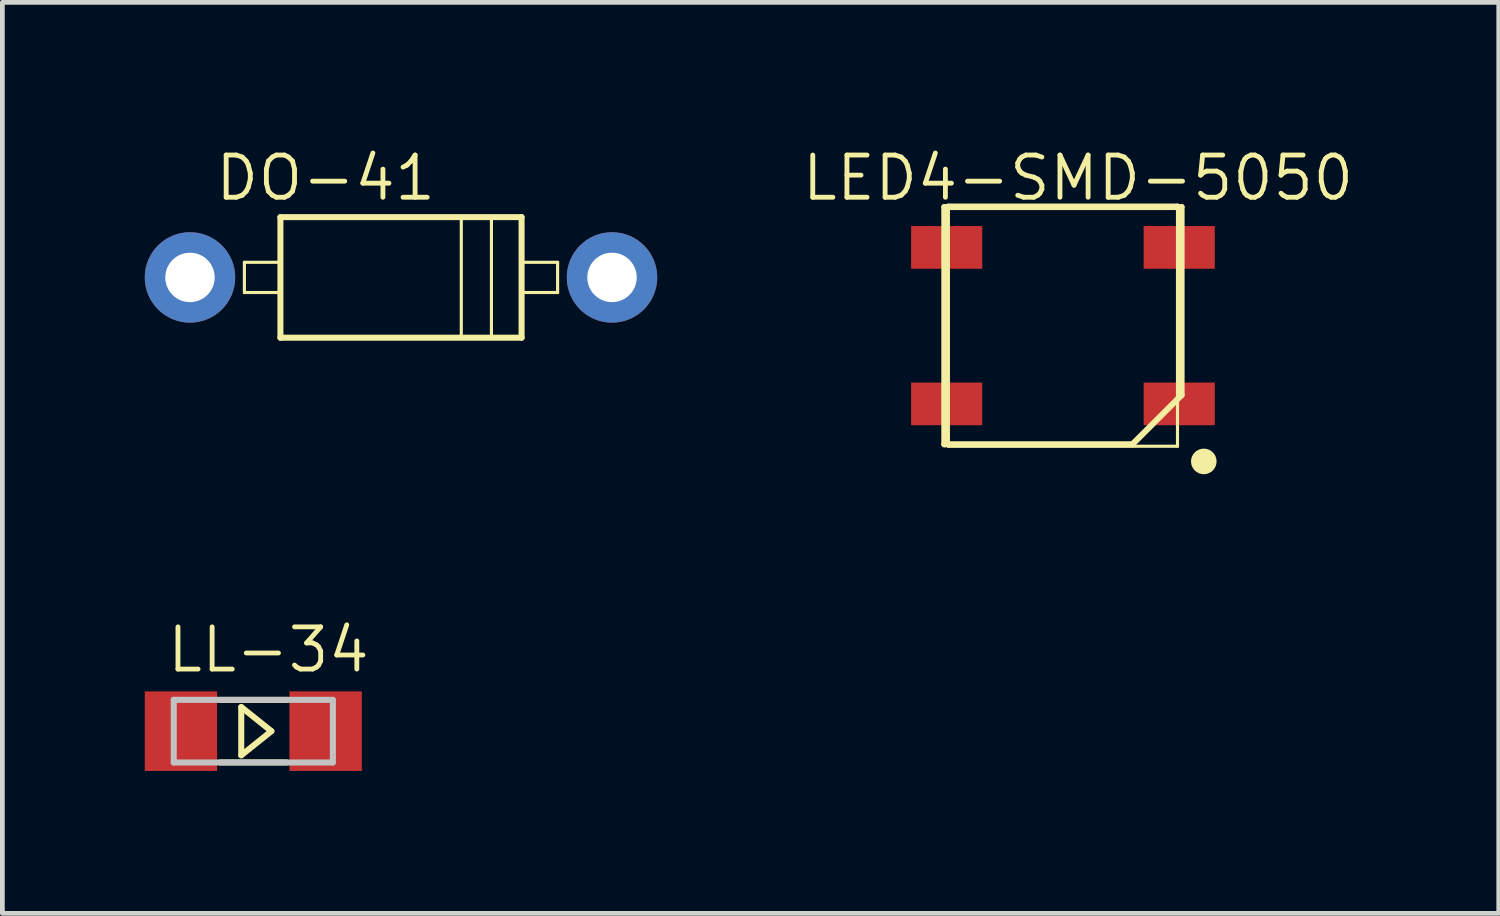
<source format=kicad_pcb>
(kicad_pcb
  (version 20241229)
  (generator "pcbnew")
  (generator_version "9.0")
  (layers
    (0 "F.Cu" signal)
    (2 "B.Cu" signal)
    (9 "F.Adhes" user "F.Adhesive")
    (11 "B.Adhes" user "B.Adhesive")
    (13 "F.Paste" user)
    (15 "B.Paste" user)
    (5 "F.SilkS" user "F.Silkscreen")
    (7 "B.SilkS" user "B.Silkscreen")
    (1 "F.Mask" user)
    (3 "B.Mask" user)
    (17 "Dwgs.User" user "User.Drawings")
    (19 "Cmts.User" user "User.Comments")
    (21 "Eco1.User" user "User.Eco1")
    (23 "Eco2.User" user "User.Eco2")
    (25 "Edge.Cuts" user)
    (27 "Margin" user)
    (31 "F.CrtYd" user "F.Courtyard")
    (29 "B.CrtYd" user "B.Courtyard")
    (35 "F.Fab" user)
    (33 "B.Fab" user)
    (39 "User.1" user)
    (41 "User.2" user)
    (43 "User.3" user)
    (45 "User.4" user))
  (footprint "DO-41"
    (layer "F.Cu")
    (at 5.397 2.794)
    (property "Reference" "DO-41" (at -1.587 -2.095 0) (layer "F.SilkS") (effects (font (size 0.889 0.889) (thickness 0.102))))
    (attr exclude_from_pos_files exclude_from_bom)
    (fp_line (start -3.299 -0.318) (end -2.54 -0.318) (stroke (width 0.066) (type solid)) (layer "F.SilkS"))
    (fp_line (start -3.299 0.318) (end -3.299 -0.318) (stroke (width 0.066) (type solid)) (layer "F.SilkS"))
    (fp_line (start -3.299 0.318) (end -2.54 0.318) (stroke (width 0.066) (type solid)) (layer "F.SilkS"))
    (fp_line (start -2.54 -1.27) (end 2.54 -1.27) (stroke (width 0.127) (type solid)) (layer "F.SilkS"))
    (fp_line (start -2.54 0.318) (end -2.54 -0.318) (stroke (width 0.066) (type solid)) (layer "F.SilkS"))
    (fp_line (start -2.54 1.27) (end -2.54 -1.27) (stroke (width 0.127) (type solid)) (layer "F.SilkS"))
    (fp_line (start 1.27 -1.27) (end 1.905 -1.27) (stroke (width 0.066) (type solid)) (layer "F.SilkS"))
    (fp_line (start 1.27 1.27) (end 1.27 -1.27) (stroke (width 0.066) (type solid)) (layer "F.SilkS"))
    (fp_line (start 1.27 1.27) (end 1.905 1.27) (stroke (width 0.066) (type solid)) (layer "F.SilkS"))
    (fp_line (start 1.905 1.27) (end 1.905 -1.27) (stroke (width 0.066) (type solid)) (layer "F.SilkS"))
    (fp_line (start 2.54 -1.27) (end 2.54 1.27) (stroke (width 0.127) (type solid)) (layer "F.SilkS"))
    (fp_line (start 2.54 -0.318) (end 3.299 -0.318) (stroke (width 0.066) (type solid)) (layer "F.SilkS"))
    (fp_line (start 2.54 0.318) (end 2.54 -0.318) (stroke (width 0.066) (type solid)) (layer "F.SilkS"))
    (fp_line (start 2.54 0.318) (end 3.299 0.318) (stroke (width 0.066) (type solid)) (layer "F.SilkS"))
    (fp_line (start 2.54 1.27) (end -2.54 1.27) (stroke (width 0.127) (type solid)) (layer "F.SilkS"))
    (fp_line (start 3.299 0.318) (end 3.299 -0.318) (stroke (width 0.066) (type solid)) (layer "F.SilkS"))
    (pad "1" thru_hole circle (at -4.445 0) (size 1.905 1.905) (drill 1.041) (layers "*.Cu" "*.Paste" "*.Mask"))
    (pad "2" thru_hole circle (at 4.445 0) (size 1.905 1.905) (drill 1.041) (layers "*.Cu" "*.Paste" "*.Mask")))
  (footprint "LED4-SMD-5050"
    (layer "F.Cu")
    (at 19.341 3.81)
    (property "Reference" "LED4-SMD-5050" (at 0.318 -3.111 0) (layer "F.SilkS") (effects (font (size 0.889 0.889) (thickness 0.102))))
    (attr smd)
    (fp_line (start -2.499 -2.499) (end 2.499 -2.499) (stroke (width 0.127) (type solid)) (layer "F.SilkS"))
    (fp_line (start -2.499 2.499) (end -2.499 -2.499) (stroke (width 0.127) (type solid)) (layer "F.SilkS"))
    (fp_line (start -2.413 -2.54) (end 2.413 -2.54) (stroke (width 0.066) (type solid)) (layer "F.SilkS"))
    (fp_line (start -2.413 2.54) (end -2.413 -2.54) (stroke (width 0.066) (type solid)) (layer "F.SilkS"))
    (fp_line (start -2.413 2.54) (end 2.413 2.54) (stroke (width 0.066) (type solid)) (layer "F.SilkS"))
    (fp_line (start 1.463 2.499) (end -2.499 2.499) (stroke (width 0.127) (type solid)) (layer "F.SilkS"))
    (fp_line (start 2.413 2.54) (end 2.413 -2.54) (stroke (width 0.066) (type solid)) (layer "F.SilkS"))
    (fp_line (start 2.499 -2.499) (end 2.499 1.463) (stroke (width 0.127) (type solid)) (layer "F.SilkS"))
    (fp_line (start 2.499 1.463) (end 1.463 2.499) (stroke (width 0.127) (type solid)) (layer "F.SilkS"))
    (fp_circle (center 2.967 2.86) (end 3.157 3.051) (stroke (width 0) (type solid)) (fill yes) (layer "F.SilkS"))
    (pad "1" smd rect (at -2.449 -1.648 90) (size 0.899 1.499) (layers "F.Cu" "F.Mask" "F.Paste"))
    (pad "2" smd rect (at -2.449 1.648 90) (size 0.899 1.499) (layers "F.Cu" "F.Mask" "F.Paste"))
    (pad "3" smd rect (at 2.449 1.648 90) (size 0.899 1.499) (layers "F.Cu" "F.Mask" "F.Paste"))
    (pad "4" smd rect (at 2.449 -1.648 90) (size 0.899 1.499) (layers "F.Cu" "F.Mask" "F.Paste")))
  (footprint "LL-34"
    (layer "F.Cu")
    (at 2.286 12.352)
    (property "Reference" "LL-34" (at 0.318 -1.714 0) (layer "F.SilkS") (effects (font (size 0.889 0.889) (thickness 0.102))))
    (attr smd)
    (fp_line (start -0.699 -0.658) (end 0.699 -0.658) (stroke (width 0.127) (type solid)) (layer "F.SilkS"))
    (fp_line (start -0.699 0.658) (end 0.699 0.658) (stroke (width 0.127) (type solid)) (layer "F.SilkS"))
    (fp_line (start -0.254 -0.508) (end 0.381 0) (stroke (width 0.127) (type solid)) (layer "F.SilkS"))
    (fp_line (start -0.254 0.508) (end -0.254 -0.508) (stroke (width 0.127) (type solid)) (layer "F.SilkS"))
    (fp_line (start 0.381 0) (end -0.254 0.508) (stroke (width 0.127) (type solid)) (layer "F.SilkS"))
    (fp_line (start -1.676 -0.66) (end 1.676 -0.66) (stroke (width 0.127) (type solid)) (layer "Dwgs.User"))
    (fp_line (start -1.676 0.66) (end -1.676 -0.66) (stroke (width 0.127) (type solid)) (layer "Dwgs.User"))
    (fp_line (start 1.676 -0.66) (end 1.676 0.66) (stroke (width 0.127) (type solid)) (layer "Dwgs.User"))
    (fp_line (start 1.676 0.66) (end -1.676 0.66) (stroke (width 0.127) (type solid)) (layer "Dwgs.User"))
    (pad "A" smd rect (at -1.524 0 180) (size 1.524 1.676) (layers "F.Cu" "F.Mask" "F.Paste"))
    (pad "C" smd rect (at 1.524 0 180) (size 1.524 1.676) (layers "F.Cu" "F.Mask" "F.Paste")))
  (gr_rect
    (start -3 -3)
    (end 28.521 16.19)
    (stroke (width 0.1) (type default))
    (fill no)
    (layer "Edge.Cuts")))
</source>
